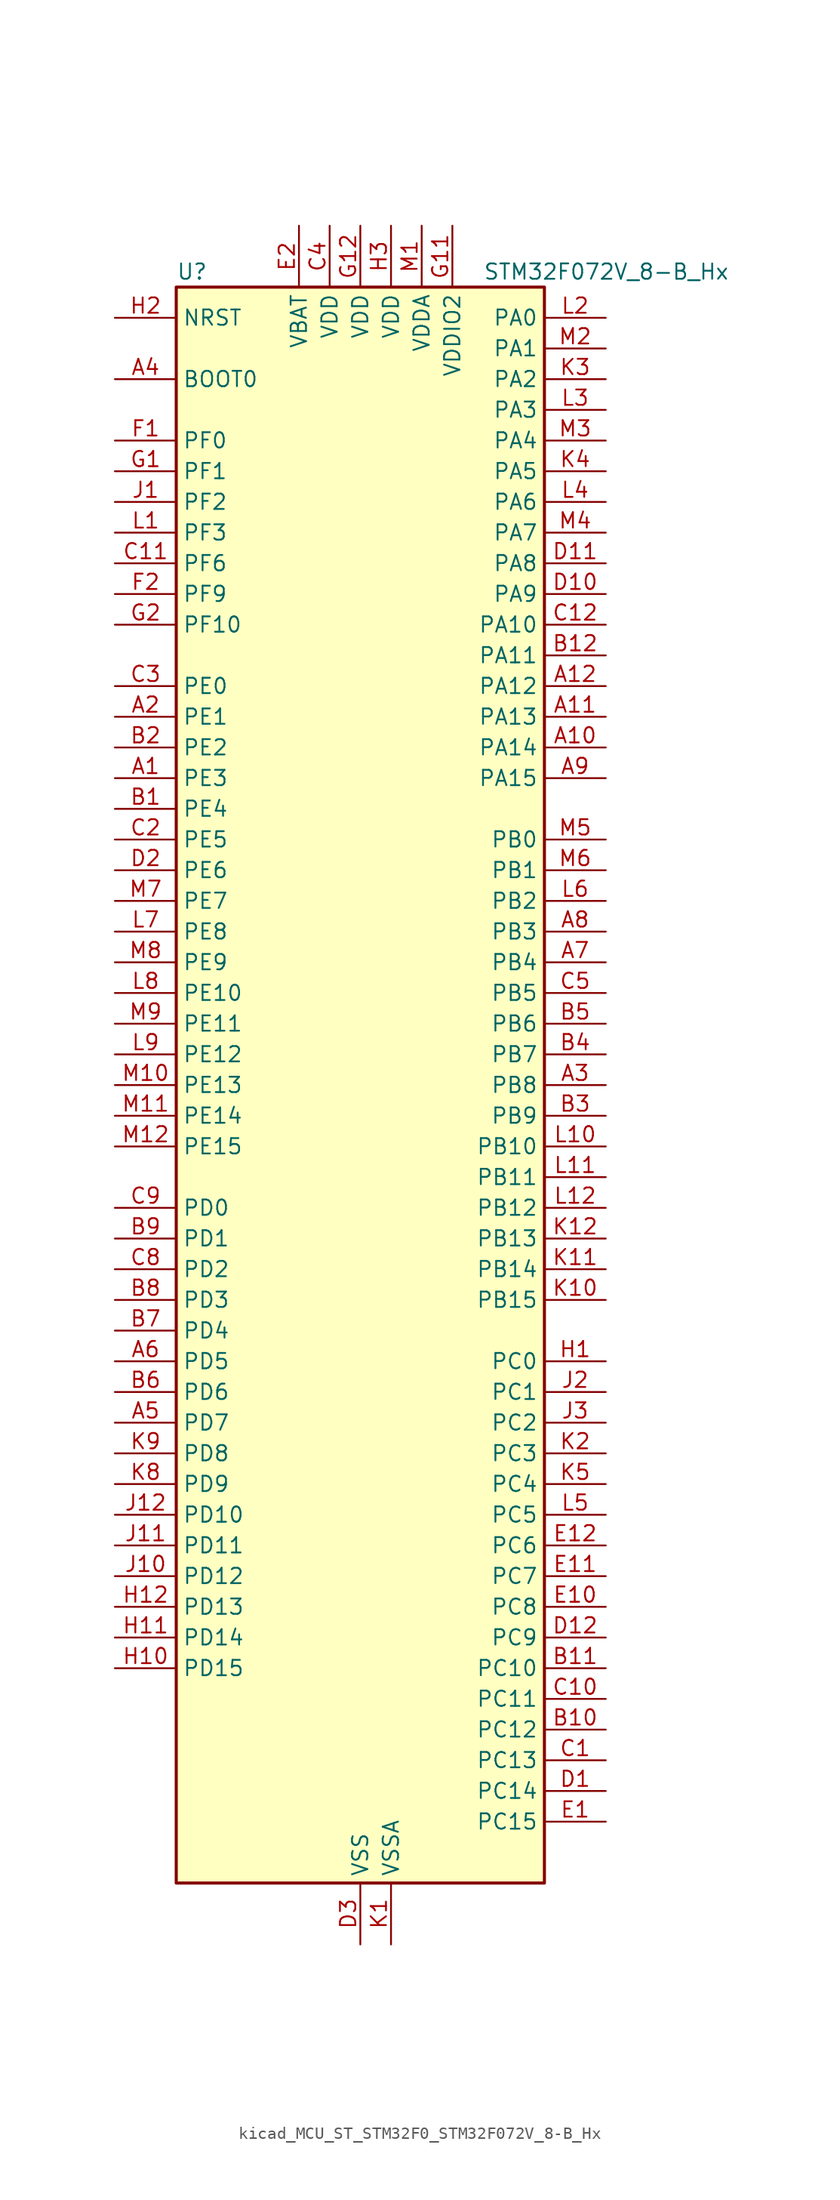
<source format=kicad_sym>
(kicad_symbol_lib
  (version 20220914)
  (generator kicad_symbol_editor)
  (symbol "kicad_MCU_ST_STM32F0_STM32F072V_8-B_Hx"
    (property "Reference" "U"
      (at -15.24 67.31 0)
      (effects (font (size 1.27 1.27)) (justify left)))
    (property "Value" "STM32F072V_8-B_Hx"
      (at 10.16 67.31 0)
      (effects (font (size 1.27 1.27)) (justify left)))
    (property "ki_locked" ""
      (at 0 0 0)
      (effects (font (size 1.27 1.27))))
    (symbol "kicad_MCU_ST_STM32F0_STM32F072V_8-B_Hx_0_1"
      (rectangle (start -15.24 -66.04) (end 15.24 66.04) (stroke (width 0.254) (type default)) (fill (type background))))
    (symbol "kicad_MCU_ST_STM32F0_STM32F072V_8-B_Hx_1_1"
      (pin bidirectional line (at -20.32 25.4 0) (length 5.08) (name "PE3" (effects (font (size 1.27 1.27)))) (number "A1" (effects (font (size 1.27 1.27)))) (alternate "TIM3_CH1" bidirectional line) (alternate "TSC_G7_IO2" bidirectional line))
      (pin bidirectional line (at 20.32 27.94 180) (length 5.08) (name "PA14" (effects (font (size 1.27 1.27)))) (number "A10" (effects (font (size 1.27 1.27)))) (alternate "SYS_SWCLK" bidirectional line) (alternate "USART2_TX" bidirectional line))
      (pin bidirectional line (at 20.32 30.48 180) (length 5.08) (name "PA13" (effects (font (size 1.27 1.27)))) (number "A11" (effects (font (size 1.27 1.27)))) (alternate "IR_OUT" bidirectional line) (alternate "SYS_SWDIO" bidirectional line) (alternate "USB_NOE" bidirectional line))
      (pin bidirectional line (at 20.32 33.02 180) (length 5.08) (name "PA12" (effects (font (size 1.27 1.27)))) (number "A12" (effects (font (size 1.27 1.27)))) (alternate "CAN_TX" bidirectional line) (alternate "COMP2_OUT" bidirectional line) (alternate "TIM1_ETR" bidirectional line) (alternate "TSC_G4_IO4" bidirectional line) (alternate "USART1_DE" bidirectional line) (alternate "USART1_RTS" bidirectional line) (alternate "USB_DP" bidirectional line))
      (pin bidirectional line (at -20.32 30.48 0) (length 5.08) (name "PE1" (effects (font (size 1.27 1.27)))) (number "A2" (effects (font (size 1.27 1.27)))) (alternate "TIM17_CH1" bidirectional line))
      (pin bidirectional line (at 20.32 0 180) (length 5.08) (name "PB8" (effects (font (size 1.27 1.27)))) (number "A3" (effects (font (size 1.27 1.27)))) (alternate "CAN_RX" bidirectional line) (alternate "CEC" bidirectional line) (alternate "I2C1_SCL" bidirectional line) (alternate "TIM16_CH1" bidirectional line) (alternate "TSC_SYNC" bidirectional line))
      (pin input line (at -20.32 58.42 0) (length 5.08) (name "BOOT0" (effects (font (size 1.27 1.27)))) (number "A4" (effects (font (size 1.27 1.27)))))
      (pin bidirectional line (at -20.32 -27.94 0) (length 5.08) (name "PD7" (effects (font (size 1.27 1.27)))) (number "A5" (effects (font (size 1.27 1.27)))) (alternate "USART2_CK" bidirectional line))
      (pin bidirectional line (at -20.32 -22.86 0) (length 5.08) (name "PD5" (effects (font (size 1.27 1.27)))) (number "A6" (effects (font (size 1.27 1.27)))) (alternate "USART2_TX" bidirectional line))
      (pin bidirectional line (at 20.32 10.16 180) (length 5.08) (name "PB4" (effects (font (size 1.27 1.27)))) (number "A7" (effects (font (size 1.27 1.27)))) (alternate "I2S1_MCK" bidirectional line) (alternate "SPI1_MISO" bidirectional line) (alternate "TIM17_BKIN" bidirectional line) (alternate "TIM3_CH1" bidirectional line) (alternate "TSC_G5_IO2" bidirectional line))
      (pin bidirectional line (at 20.32 12.7 180) (length 5.08) (name "PB3" (effects (font (size 1.27 1.27)))) (number "A8" (effects (font (size 1.27 1.27)))) (alternate "I2S1_CK" bidirectional line) (alternate "SPI1_SCK" bidirectional line) (alternate "TIM2_CH2" bidirectional line) (alternate "TSC_G5_IO1" bidirectional line))
      (pin bidirectional line (at 20.32 25.4 180) (length 5.08) (name "PA15" (effects (font (size 1.27 1.27)))) (number "A9" (effects (font (size 1.27 1.27)))) (alternate "I2S1_WS" bidirectional line) (alternate "SPI1_NSS" bidirectional line) (alternate "TIM2_CH1" bidirectional line) (alternate "TIM2_ETR" bidirectional line) (alternate "USART2_RX" bidirectional line) (alternate "USART4_DE" bidirectional line) (alternate "USART4_RTS" bidirectional line))
      (pin bidirectional line (at -20.32 22.86 0) (length 5.08) (name "PE4" (effects (font (size 1.27 1.27)))) (number "B1" (effects (font (size 1.27 1.27)))) (alternate "TIM3_CH2" bidirectional line) (alternate "TSC_G7_IO3" bidirectional line))
      (pin bidirectional line (at 20.32 -53.34 180) (length 5.08) (name "PC12" (effects (font (size 1.27 1.27)))) (number "B10" (effects (font (size 1.27 1.27)))) (alternate "USART3_CK" bidirectional line) (alternate "USART4_CK" bidirectional line))
      (pin bidirectional line (at 20.32 -48.26 180) (length 5.08) (name "PC10" (effects (font (size 1.27 1.27)))) (number "B11" (effects (font (size 1.27 1.27)))) (alternate "USART3_TX" bidirectional line) (alternate "USART4_TX" bidirectional line))
      (pin bidirectional line (at 20.32 35.56 180) (length 5.08) (name "PA11" (effects (font (size 1.27 1.27)))) (number "B12" (effects (font (size 1.27 1.27)))) (alternate "CAN_RX" bidirectional line) (alternate "COMP1_OUT" bidirectional line) (alternate "TIM1_CH4" bidirectional line) (alternate "TSC_G4_IO3" bidirectional line) (alternate "USART1_CTS" bidirectional line) (alternate "USB_DM" bidirectional line))
      (pin bidirectional line (at -20.32 27.94 0) (length 5.08) (name "PE2" (effects (font (size 1.27 1.27)))) (number "B2" (effects (font (size 1.27 1.27)))) (alternate "TIM3_ETR" bidirectional line) (alternate "TSC_G7_IO1" bidirectional line))
      (pin bidirectional line (at 20.32 -2.54 180) (length 5.08) (name "PB9" (effects (font (size 1.27 1.27)))) (number "B3" (effects (font (size 1.27 1.27)))) (alternate "CAN_TX" bidirectional line) (alternate "DAC_EXTI9" bidirectional line) (alternate "I2C1_SDA" bidirectional line) (alternate "I2S2_WS" bidirectional line) (alternate "IR_OUT" bidirectional line) (alternate "SPI2_NSS" bidirectional line) (alternate "TIM17_CH1" bidirectional line))
      (pin bidirectional line (at 20.32 2.54 180) (length 5.08) (name "PB7" (effects (font (size 1.27 1.27)))) (number "B4" (effects (font (size 1.27 1.27)))) (alternate "I2C1_SDA" bidirectional line) (alternate "TIM17_CH1N" bidirectional line) (alternate "TSC_G5_IO4" bidirectional line) (alternate "USART1_RX" bidirectional line) (alternate "USART4_CTS" bidirectional line))
      (pin bidirectional line (at 20.32 5.08 180) (length 5.08) (name "PB6" (effects (font (size 1.27 1.27)))) (number "B5" (effects (font (size 1.27 1.27)))) (alternate "I2C1_SCL" bidirectional line) (alternate "TIM16_CH1N" bidirectional line) (alternate "TSC_G5_IO3" bidirectional line) (alternate "USART1_TX" bidirectional line))
      (pin bidirectional line (at -20.32 -25.4 0) (length 5.08) (name "PD6" (effects (font (size 1.27 1.27)))) (number "B6" (effects (font (size 1.27 1.27)))) (alternate "USART2_RX" bidirectional line))
      (pin bidirectional line (at -20.32 -20.32 0) (length 5.08) (name "PD4" (effects (font (size 1.27 1.27)))) (number "B7" (effects (font (size 1.27 1.27)))) (alternate "I2S2_SD" bidirectional line) (alternate "SPI2_MOSI" bidirectional line) (alternate "USART2_DE" bidirectional line) (alternate "USART2_RTS" bidirectional line))
      (pin bidirectional line (at -20.32 -17.78 0) (length 5.08) (name "PD3" (effects (font (size 1.27 1.27)))) (number "B8" (effects (font (size 1.27 1.27)))) (alternate "I2S2_MCK" bidirectional line) (alternate "SPI2_MISO" bidirectional line) (alternate "USART2_CTS" bidirectional line))
      (pin bidirectional line (at -20.32 -12.7 0) (length 5.08) (name "PD1" (effects (font (size 1.27 1.27)))) (number "B9" (effects (font (size 1.27 1.27)))) (alternate "CAN_TX" bidirectional line) (alternate "I2S2_CK" bidirectional line) (alternate "SPI2_SCK" bidirectional line))
      (pin bidirectional line (at 20.32 -55.88 180) (length 5.08) (name "PC13" (effects (font (size 1.27 1.27)))) (number "C1" (effects (font (size 1.27 1.27)))) (alternate "RTC_OUT_ALARM" bidirectional line) (alternate "RTC_OUT_CALIB" bidirectional line) (alternate "RTC_TAMP1" bidirectional line) (alternate "RTC_TS" bidirectional line) (alternate "SYS_WKUP2" bidirectional line))
      (pin bidirectional line (at 20.32 -50.8 180) (length 5.08) (name "PC11" (effects (font (size 1.27 1.27)))) (number "C10" (effects (font (size 1.27 1.27)))) (alternate "USART3_RX" bidirectional line) (alternate "USART4_RX" bidirectional line))
      (pin bidirectional line (at -20.32 43.18 0) (length 5.08) (name "PF6" (effects (font (size 1.27 1.27)))) (number "C11" (effects (font (size 1.27 1.27)))))
      (pin bidirectional line (at 20.32 38.1 180) (length 5.08) (name "PA10" (effects (font (size 1.27 1.27)))) (number "C12" (effects (font (size 1.27 1.27)))) (alternate "TIM17_BKIN" bidirectional line) (alternate "TIM1_CH3" bidirectional line) (alternate "TSC_G4_IO2" bidirectional line) (alternate "USART1_RX" bidirectional line))
      (pin bidirectional line (at -20.32 20.32 0) (length 5.08) (name "PE5" (effects (font (size 1.27 1.27)))) (number "C2" (effects (font (size 1.27 1.27)))) (alternate "TIM3_CH3" bidirectional line) (alternate "TSC_G7_IO4" bidirectional line))
      (pin bidirectional line (at -20.32 33.02 0) (length 5.08) (name "PE0" (effects (font (size 1.27 1.27)))) (number "C3" (effects (font (size 1.27 1.27)))) (alternate "TIM16_CH1" bidirectional line))
      (pin power_in line (at -2.54 71.12 270) (length 5.08) (name "VDD" (effects (font (size 1.27 1.27)))) (number "C4" (effects (font (size 1.27 1.27)))))
      (pin bidirectional line (at 20.32 7.62 180) (length 5.08) (name "PB5" (effects (font (size 1.27 1.27)))) (number "C5" (effects (font (size 1.27 1.27)))) (alternate "I2C1_SMBA" bidirectional line) (alternate "I2S1_SD" bidirectional line) (alternate "SPI1_MOSI" bidirectional line) (alternate "SYS_WKUP6" bidirectional line) (alternate "TIM16_BKIN" bidirectional line) (alternate "TIM3_CH2" bidirectional line))
      (pin bidirectional line (at -20.32 -15.24 0) (length 5.08) (name "PD2" (effects (font (size 1.27 1.27)))) (number "C8" (effects (font (size 1.27 1.27)))) (alternate "TIM3_ETR" bidirectional line) (alternate "USART3_DE" bidirectional line) (alternate "USART3_RTS" bidirectional line))
      (pin bidirectional line (at -20.32 -10.16 0) (length 5.08) (name "PD0" (effects (font (size 1.27 1.27)))) (number "C9" (effects (font (size 1.27 1.27)))) (alternate "CAN_RX" bidirectional line) (alternate "I2S2_WS" bidirectional line) (alternate "SPI2_NSS" bidirectional line))
      (pin bidirectional line (at 20.32 -58.42 180) (length 5.08) (name "PC14" (effects (font (size 1.27 1.27)))) (number "D1" (effects (font (size 1.27 1.27)))) (alternate "RCC_OSC32_IN" bidirectional line))
      (pin bidirectional line (at 20.32 40.64 180) (length 5.08) (name "PA9" (effects (font (size 1.27 1.27)))) (number "D10" (effects (font (size 1.27 1.27)))) (alternate "DAC_EXTI9" bidirectional line) (alternate "TIM15_BKIN" bidirectional line) (alternate "TIM1_CH2" bidirectional line) (alternate "TSC_G4_IO1" bidirectional line) (alternate "USART1_TX" bidirectional line))
      (pin bidirectional line (at 20.32 43.18 180) (length 5.08) (name "PA8" (effects (font (size 1.27 1.27)))) (number "D11" (effects (font (size 1.27 1.27)))) (alternate "CRS_SYNC" bidirectional line) (alternate "RCC_MCO" bidirectional line) (alternate "TIM1_CH1" bidirectional line) (alternate "USART1_CK" bidirectional line))
      (pin bidirectional line (at 20.32 -45.72 180) (length 5.08) (name "PC9" (effects (font (size 1.27 1.27)))) (number "D12" (effects (font (size 1.27 1.27)))) (alternate "DAC_EXTI9" bidirectional line) (alternate "TIM3_CH4" bidirectional line))
      (pin bidirectional line (at -20.32 17.78 0) (length 5.08) (name "PE6" (effects (font (size 1.27 1.27)))) (number "D2" (effects (font (size 1.27 1.27)))) (alternate "RTC_TAMP3" bidirectional line) (alternate "SYS_WKUP3" bidirectional line) (alternate "TIM3_CH4" bidirectional line))
      (pin power_in line (at 0 -71.12 90) (length 5.08) (name "VSS" (effects (font (size 1.27 1.27)))) (number "D3" (effects (font (size 1.27 1.27)))))
      (pin bidirectional line (at 20.32 -60.96 180) (length 5.08) (name "PC15" (effects (font (size 1.27 1.27)))) (number "E1" (effects (font (size 1.27 1.27)))) (alternate "RCC_OSC32_OUT" bidirectional line))
      (pin bidirectional line (at 20.32 -43.18 180) (length 5.08) (name "PC8" (effects (font (size 1.27 1.27)))) (number "E10" (effects (font (size 1.27 1.27)))) (alternate "TIM3_CH3" bidirectional line))
      (pin bidirectional line (at 20.32 -40.64 180) (length 5.08) (name "PC7" (effects (font (size 1.27 1.27)))) (number "E11" (effects (font (size 1.27 1.27)))) (alternate "TIM3_CH2" bidirectional line))
      (pin bidirectional line (at 20.32 -38.1 180) (length 5.08) (name "PC6" (effects (font (size 1.27 1.27)))) (number "E12" (effects (font (size 1.27 1.27)))) (alternate "TIM3_CH1" bidirectional line))
      (pin power_in line (at -5.08 71.12 270) (length 5.08) (name "VBAT" (effects (font (size 1.27 1.27)))) (number "E2" (effects (font (size 1.27 1.27)))))
      (pin no_connect line (at -15.24 -66.04 0) (length 5.08) hide (name "NC" (effects (font (size 1.27 1.27)))) (number "E3" (effects (font (size 1.27 1.27)))))
      (pin bidirectional line (at -20.32 53.34 0) (length 5.08) (name "PF0" (effects (font (size 1.27 1.27)))) (number "F1" (effects (font (size 1.27 1.27)))) (alternate "CRS_SYNC" bidirectional line) (alternate "RCC_OSC_IN" bidirectional line))
      (pin passive line (at 0 -71.12 90) (length 5.08) hide (name "VSS" (effects (font (size 1.27 1.27)))) (number "F11" (effects (font (size 1.27 1.27)))))
      (pin passive line (at 0 -71.12 90) (length 5.08) hide (name "VSS" (effects (font (size 1.27 1.27)))) (number "F12" (effects (font (size 1.27 1.27)))))
      (pin bidirectional line (at -20.32 40.64 0) (length 5.08) (name "PF9" (effects (font (size 1.27 1.27)))) (number "F2" (effects (font (size 1.27 1.27)))) (alternate "DAC_EXTI9" bidirectional line) (alternate "TIM15_CH1" bidirectional line))
      (pin bidirectional line (at -20.32 50.8 0) (length 5.08) (name "PF1" (effects (font (size 1.27 1.27)))) (number "G1" (effects (font (size 1.27 1.27)))) (alternate "RCC_OSC_OUT" bidirectional line))
      (pin power_in line (at 7.62 71.12 270) (length 5.08) (name "VDDIO2" (effects (font (size 1.27 1.27)))) (number "G11" (effects (font (size 1.27 1.27)))))
      (pin power_in line (at 0 71.12 270) (length 5.08) (name "VDD" (effects (font (size 1.27 1.27)))) (number "G12" (effects (font (size 1.27 1.27)))))
      (pin bidirectional line (at -20.32 38.1 0) (length 5.08) (name "PF10" (effects (font (size 1.27 1.27)))) (number "G2" (effects (font (size 1.27 1.27)))) (alternate "TIM15_CH2" bidirectional line))
      (pin bidirectional line (at 20.32 -22.86 180) (length 5.08) (name "PC0" (effects (font (size 1.27 1.27)))) (number "H1" (effects (font (size 1.27 1.27)))) (alternate "ADC_IN10" bidirectional line))
      (pin bidirectional line (at -20.32 -48.26 0) (length 5.08) (name "PD15" (effects (font (size 1.27 1.27)))) (number "H10" (effects (font (size 1.27 1.27)))) (alternate "CRS_SYNC" bidirectional line) (alternate "TSC_G8_IO4" bidirectional line))
      (pin bidirectional line (at -20.32 -45.72 0) (length 5.08) (name "PD14" (effects (font (size 1.27 1.27)))) (number "H11" (effects (font (size 1.27 1.27)))) (alternate "TSC_G8_IO3" bidirectional line))
      (pin bidirectional line (at -20.32 -43.18 0) (length 5.08) (name "PD13" (effects (font (size 1.27 1.27)))) (number "H12" (effects (font (size 1.27 1.27)))) (alternate "TSC_G8_IO2" bidirectional line))
      (pin input line (at -20.32 63.5 0) (length 5.08) (name "NRST" (effects (font (size 1.27 1.27)))) (number "H2" (effects (font (size 1.27 1.27)))))
      (pin power_in line (at 2.54 71.12 270) (length 5.08) (name "VDD" (effects (font (size 1.27 1.27)))) (number "H3" (effects (font (size 1.27 1.27)))))
      (pin bidirectional line (at -20.32 48.26 0) (length 5.08) (name "PF2" (effects (font (size 1.27 1.27)))) (number "J1" (effects (font (size 1.27 1.27)))) (alternate "SYS_WKUP8" bidirectional line))
      (pin bidirectional line (at -20.32 -40.64 0) (length 5.08) (name "PD12" (effects (font (size 1.27 1.27)))) (number "J10" (effects (font (size 1.27 1.27)))) (alternate "TSC_G8_IO1" bidirectional line) (alternate "USART3_DE" bidirectional line) (alternate "USART3_RTS" bidirectional line))
      (pin bidirectional line (at -20.32 -38.1 0) (length 5.08) (name "PD11" (effects (font (size 1.27 1.27)))) (number "J11" (effects (font (size 1.27 1.27)))) (alternate "USART3_CTS" bidirectional line))
      (pin bidirectional line (at -20.32 -35.56 0) (length 5.08) (name "PD10" (effects (font (size 1.27 1.27)))) (number "J12" (effects (font (size 1.27 1.27)))) (alternate "USART3_CK" bidirectional line))
      (pin bidirectional line (at 20.32 -25.4 180) (length 5.08) (name "PC1" (effects (font (size 1.27 1.27)))) (number "J2" (effects (font (size 1.27 1.27)))) (alternate "ADC_IN11" bidirectional line))
      (pin bidirectional line (at 20.32 -27.94 180) (length 5.08) (name "PC2" (effects (font (size 1.27 1.27)))) (number "J3" (effects (font (size 1.27 1.27)))) (alternate "ADC_IN12" bidirectional line) (alternate "I2S2_MCK" bidirectional line) (alternate "SPI2_MISO" bidirectional line))
      (pin power_in line (at 2.54 -71.12 90) (length 5.08) (name "VSSA" (effects (font (size 1.27 1.27)))) (number "K1" (effects (font (size 1.27 1.27)))))
      (pin bidirectional line (at 20.32 -17.78 180) (length 5.08) (name "PB15" (effects (font (size 1.27 1.27)))) (number "K10" (effects (font (size 1.27 1.27)))) (alternate "I2S2_SD" bidirectional line) (alternate "RTC_REFIN" bidirectional line) (alternate "SPI2_MOSI" bidirectional line) (alternate "SYS_WKUP7" bidirectional line) (alternate "TIM15_CH1N" bidirectional line) (alternate "TIM15_CH2" bidirectional line) (alternate "TIM1_CH3N" bidirectional line))
      (pin bidirectional line (at 20.32 -15.24 180) (length 5.08) (name "PB14" (effects (font (size 1.27 1.27)))) (number "K11" (effects (font (size 1.27 1.27)))) (alternate "I2C2_SDA" bidirectional line) (alternate "I2S2_MCK" bidirectional line) (alternate "SPI2_MISO" bidirectional line) (alternate "TIM15_CH1" bidirectional line) (alternate "TIM1_CH2N" bidirectional line) (alternate "TSC_G6_IO4" bidirectional line) (alternate "USART3_DE" bidirectional line) (alternate "USART3_RTS" bidirectional line))
      (pin bidirectional line (at 20.32 -12.7 180) (length 5.08) (name "PB13" (effects (font (size 1.27 1.27)))) (number "K12" (effects (font (size 1.27 1.27)))) (alternate "I2C2_SCL" bidirectional line) (alternate "I2S2_CK" bidirectional line) (alternate "SPI2_SCK" bidirectional line) (alternate "TIM1_CH1N" bidirectional line) (alternate "TSC_G6_IO3" bidirectional line) (alternate "USART3_CTS" bidirectional line))
      (pin bidirectional line (at 20.32 -30.48 180) (length 5.08) (name "PC3" (effects (font (size 1.27 1.27)))) (number "K2" (effects (font (size 1.27 1.27)))) (alternate "ADC_IN13" bidirectional line) (alternate "I2S2_SD" bidirectional line) (alternate "SPI2_MOSI" bidirectional line))
      (pin bidirectional line (at 20.32 58.42 180) (length 5.08) (name "PA2" (effects (font (size 1.27 1.27)))) (number "K3" (effects (font (size 1.27 1.27)))) (alternate "ADC_IN2" bidirectional line) (alternate "COMP2_INM" bidirectional line) (alternate "COMP2_OUT" bidirectional line) (alternate "SYS_WKUP4" bidirectional line) (alternate "TIM15_CH1" bidirectional line) (alternate "TIM2_CH3" bidirectional line) (alternate "TSC_G1_IO3" bidirectional line) (alternate "USART2_TX" bidirectional line))
      (pin bidirectional line (at 20.32 50.8 180) (length 5.08) (name "PA5" (effects (font (size 1.27 1.27)))) (number "K4" (effects (font (size 1.27 1.27)))) (alternate "ADC_IN5" bidirectional line) (alternate "CEC" bidirectional line) (alternate "COMP1_INM" bidirectional line) (alternate "COMP2_INM" bidirectional line) (alternate "DAC_OUT2" bidirectional line) (alternate "I2S1_CK" bidirectional line) (alternate "SPI1_SCK" bidirectional line) (alternate "TIM2_CH1" bidirectional line) (alternate "TIM2_ETR" bidirectional line) (alternate "TSC_G2_IO2" bidirectional line))
      (pin bidirectional line (at 20.32 -33.02 180) (length 5.08) (name "PC4" (effects (font (size 1.27 1.27)))) (number "K5" (effects (font (size 1.27 1.27)))) (alternate "ADC_IN14" bidirectional line) (alternate "USART3_TX" bidirectional line))
      (pin bidirectional line (at -20.32 -33.02 0) (length 5.08) (name "PD9" (effects (font (size 1.27 1.27)))) (number "K8" (effects (font (size 1.27 1.27)))) (alternate "DAC_EXTI9" bidirectional line) (alternate "USART3_RX" bidirectional line))
      (pin bidirectional line (at -20.32 -30.48 0) (length 5.08) (name "PD8" (effects (font (size 1.27 1.27)))) (number "K9" (effects (font (size 1.27 1.27)))) (alternate "USART3_TX" bidirectional line))
      (pin bidirectional line (at -20.32 45.72 0) (length 5.08) (name "PF3" (effects (font (size 1.27 1.27)))) (number "L1" (effects (font (size 1.27 1.27)))))
      (pin bidirectional line (at 20.32 -5.08 180) (length 5.08) (name "PB10" (effects (font (size 1.27 1.27)))) (number "L10" (effects (font (size 1.27 1.27)))) (alternate "CEC" bidirectional line) (alternate "I2C2_SCL" bidirectional line) (alternate "I2S2_CK" bidirectional line) (alternate "SPI2_SCK" bidirectional line) (alternate "TIM2_CH3" bidirectional line) (alternate "TSC_SYNC" bidirectional line) (alternate "USART3_TX" bidirectional line))
      (pin bidirectional line (at 20.32 -7.62 180) (length 5.08) (name "PB11" (effects (font (size 1.27 1.27)))) (number "L11" (effects (font (size 1.27 1.27)))) (alternate "I2C2_SDA" bidirectional line) (alternate "TIM2_CH4" bidirectional line) (alternate "TSC_G6_IO1" bidirectional line) (alternate "USART3_RX" bidirectional line))
      (pin bidirectional line (at 20.32 -10.16 180) (length 5.08) (name "PB12" (effects (font (size 1.27 1.27)))) (number "L12" (effects (font (size 1.27 1.27)))) (alternate "I2S2_WS" bidirectional line) (alternate "SPI2_NSS" bidirectional line) (alternate "TIM15_BKIN" bidirectional line) (alternate "TIM1_BKIN" bidirectional line) (alternate "TSC_G6_IO2" bidirectional line) (alternate "USART3_CK" bidirectional line))
      (pin bidirectional line (at 20.32 63.5 180) (length 5.08) (name "PA0" (effects (font (size 1.27 1.27)))) (number "L2" (effects (font (size 1.27 1.27)))) (alternate "ADC_IN0" bidirectional line) (alternate "COMP1_INM" bidirectional line) (alternate "COMP1_OUT" bidirectional line) (alternate "RTC_TAMP2" bidirectional line) (alternate "SYS_WKUP1" bidirectional line) (alternate "TIM2_CH1" bidirectional line) (alternate "TIM2_ETR" bidirectional line) (alternate "TSC_G1_IO1" bidirectional line) (alternate "USART2_CTS" bidirectional line) (alternate "USART4_TX" bidirectional line))
      (pin bidirectional line (at 20.32 55.88 180) (length 5.08) (name "PA3" (effects (font (size 1.27 1.27)))) (number "L3" (effects (font (size 1.27 1.27)))) (alternate "ADC_IN3" bidirectional line) (alternate "COMP2_INP" bidirectional line) (alternate "TIM15_CH2" bidirectional line) (alternate "TIM2_CH4" bidirectional line) (alternate "TSC_G1_IO4" bidirectional line) (alternate "USART2_RX" bidirectional line))
      (pin bidirectional line (at 20.32 48.26 180) (length 5.08) (name "PA6" (effects (font (size 1.27 1.27)))) (number "L4" (effects (font (size 1.27 1.27)))) (alternate "ADC_IN6" bidirectional line) (alternate "COMP1_OUT" bidirectional line) (alternate "I2S1_MCK" bidirectional line) (alternate "SPI1_MISO" bidirectional line) (alternate "TIM16_CH1" bidirectional line) (alternate "TIM1_BKIN" bidirectional line) (alternate "TIM3_CH1" bidirectional line) (alternate "TSC_G2_IO3" bidirectional line) (alternate "USART3_CTS" bidirectional line))
      (pin bidirectional line (at 20.32 -35.56 180) (length 5.08) (name "PC5" (effects (font (size 1.27 1.27)))) (number "L5" (effects (font (size 1.27 1.27)))) (alternate "ADC_IN15" bidirectional line) (alternate "SYS_WKUP5" bidirectional line) (alternate "TSC_G3_IO1" bidirectional line) (alternate "USART3_RX" bidirectional line))
      (pin bidirectional line (at 20.32 15.24 180) (length 5.08) (name "PB2" (effects (font (size 1.27 1.27)))) (number "L6" (effects (font (size 1.27 1.27)))) (alternate "TSC_G3_IO4" bidirectional line))
      (pin bidirectional line (at -20.32 12.7 0) (length 5.08) (name "PE8" (effects (font (size 1.27 1.27)))) (number "L7" (effects (font (size 1.27 1.27)))) (alternate "TIM1_CH1N" bidirectional line))
      (pin bidirectional line (at -20.32 7.62 0) (length 5.08) (name "PE10" (effects (font (size 1.27 1.27)))) (number "L8" (effects (font (size 1.27 1.27)))) (alternate "TIM1_CH2N" bidirectional line))
      (pin bidirectional line (at -20.32 2.54 0) (length 5.08) (name "PE12" (effects (font (size 1.27 1.27)))) (number "L9" (effects (font (size 1.27 1.27)))) (alternate "I2S1_WS" bidirectional line) (alternate "SPI1_NSS" bidirectional line) (alternate "TIM1_CH3N" bidirectional line))
      (pin power_in line (at 5.08 71.12 270) (length 5.08) (name "VDDA" (effects (font (size 1.27 1.27)))) (number "M1" (effects (font (size 1.27 1.27)))))
      (pin bidirectional line (at -20.32 0 0) (length 5.08) (name "PE13" (effects (font (size 1.27 1.27)))) (number "M10" (effects (font (size 1.27 1.27)))) (alternate "I2S1_CK" bidirectional line) (alternate "SPI1_SCK" bidirectional line) (alternate "TIM1_CH3" bidirectional line))
      (pin bidirectional line (at -20.32 -2.54 0) (length 5.08) (name "PE14" (effects (font (size 1.27 1.27)))) (number "M11" (effects (font (size 1.27 1.27)))) (alternate "I2S1_MCK" bidirectional line) (alternate "SPI1_MISO" bidirectional line) (alternate "TIM1_CH4" bidirectional line))
      (pin bidirectional line (at -20.32 -5.08 0) (length 5.08) (name "PE15" (effects (font (size 1.27 1.27)))) (number "M12" (effects (font (size 1.27 1.27)))) (alternate "I2S1_SD" bidirectional line) (alternate "SPI1_MOSI" bidirectional line) (alternate "TIM1_BKIN" bidirectional line))
      (pin bidirectional line (at 20.32 60.96 180) (length 5.08) (name "PA1" (effects (font (size 1.27 1.27)))) (number "M2" (effects (font (size 1.27 1.27)))) (alternate "ADC_IN1" bidirectional line) (alternate "COMP1_INP" bidirectional line) (alternate "TIM15_CH1N" bidirectional line) (alternate "TIM2_CH2" bidirectional line) (alternate "TSC_G1_IO2" bidirectional line) (alternate "USART2_DE" bidirectional line) (alternate "USART2_RTS" bidirectional line) (alternate "USART4_RX" bidirectional line))
      (pin bidirectional line (at 20.32 53.34 180) (length 5.08) (name "PA4" (effects (font (size 1.27 1.27)))) (number "M3" (effects (font (size 1.27 1.27)))) (alternate "ADC_IN4" bidirectional line) (alternate "COMP1_INM" bidirectional line) (alternate "COMP2_INM" bidirectional line) (alternate "DAC_OUT1" bidirectional line) (alternate "I2S1_WS" bidirectional line) (alternate "SPI1_NSS" bidirectional line) (alternate "TIM14_CH1" bidirectional line) (alternate "TSC_G2_IO1" bidirectional line) (alternate "USART2_CK" bidirectional line))
      (pin bidirectional line (at 20.32 45.72 180) (length 5.08) (name "PA7" (effects (font (size 1.27 1.27)))) (number "M4" (effects (font (size 1.27 1.27)))) (alternate "ADC_IN7" bidirectional line) (alternate "COMP2_OUT" bidirectional line) (alternate "I2S1_SD" bidirectional line) (alternate "SPI1_MOSI" bidirectional line) (alternate "TIM14_CH1" bidirectional line) (alternate "TIM17_CH1" bidirectional line) (alternate "TIM1_CH1N" bidirectional line) (alternate "TIM3_CH2" bidirectional line) (alternate "TSC_G2_IO4" bidirectional line))
      (pin bidirectional line (at 20.32 20.32 180) (length 5.08) (name "PB0" (effects (font (size 1.27 1.27)))) (number "M5" (effects (font (size 1.27 1.27)))) (alternate "ADC_IN8" bidirectional line) (alternate "TIM1_CH2N" bidirectional line) (alternate "TIM3_CH3" bidirectional line) (alternate "TSC_G3_IO2" bidirectional line) (alternate "USART3_CK" bidirectional line))
      (pin bidirectional line (at 20.32 17.78 180) (length 5.08) (name "PB1" (effects (font (size 1.27 1.27)))) (number "M6" (effects (font (size 1.27 1.27)))) (alternate "ADC_IN9" bidirectional line) (alternate "TIM14_CH1" bidirectional line) (alternate "TIM1_CH3N" bidirectional line) (alternate "TIM3_CH4" bidirectional line) (alternate "TSC_G3_IO3" bidirectional line) (alternate "USART3_DE" bidirectional line) (alternate "USART3_RTS" bidirectional line))
      (pin bidirectional line (at -20.32 15.24 0) (length 5.08) (name "PE7" (effects (font (size 1.27 1.27)))) (number "M7" (effects (font (size 1.27 1.27)))) (alternate "TIM1_ETR" bidirectional line))
      (pin bidirectional line (at -20.32 10.16 0) (length 5.08) (name "PE9" (effects (font (size 1.27 1.27)))) (number "M8" (effects (font (size 1.27 1.27)))) (alternate "DAC_EXTI9" bidirectional line) (alternate "TIM1_CH1" bidirectional line))
      (pin bidirectional line (at -20.32 5.08 0) (length 5.08) (name "PE11" (effects (font (size 1.27 1.27)))) (number "M9" (effects (font (size 1.27 1.27)))) (alternate "TIM1_CH2" bidirectional line)))))
</source>
